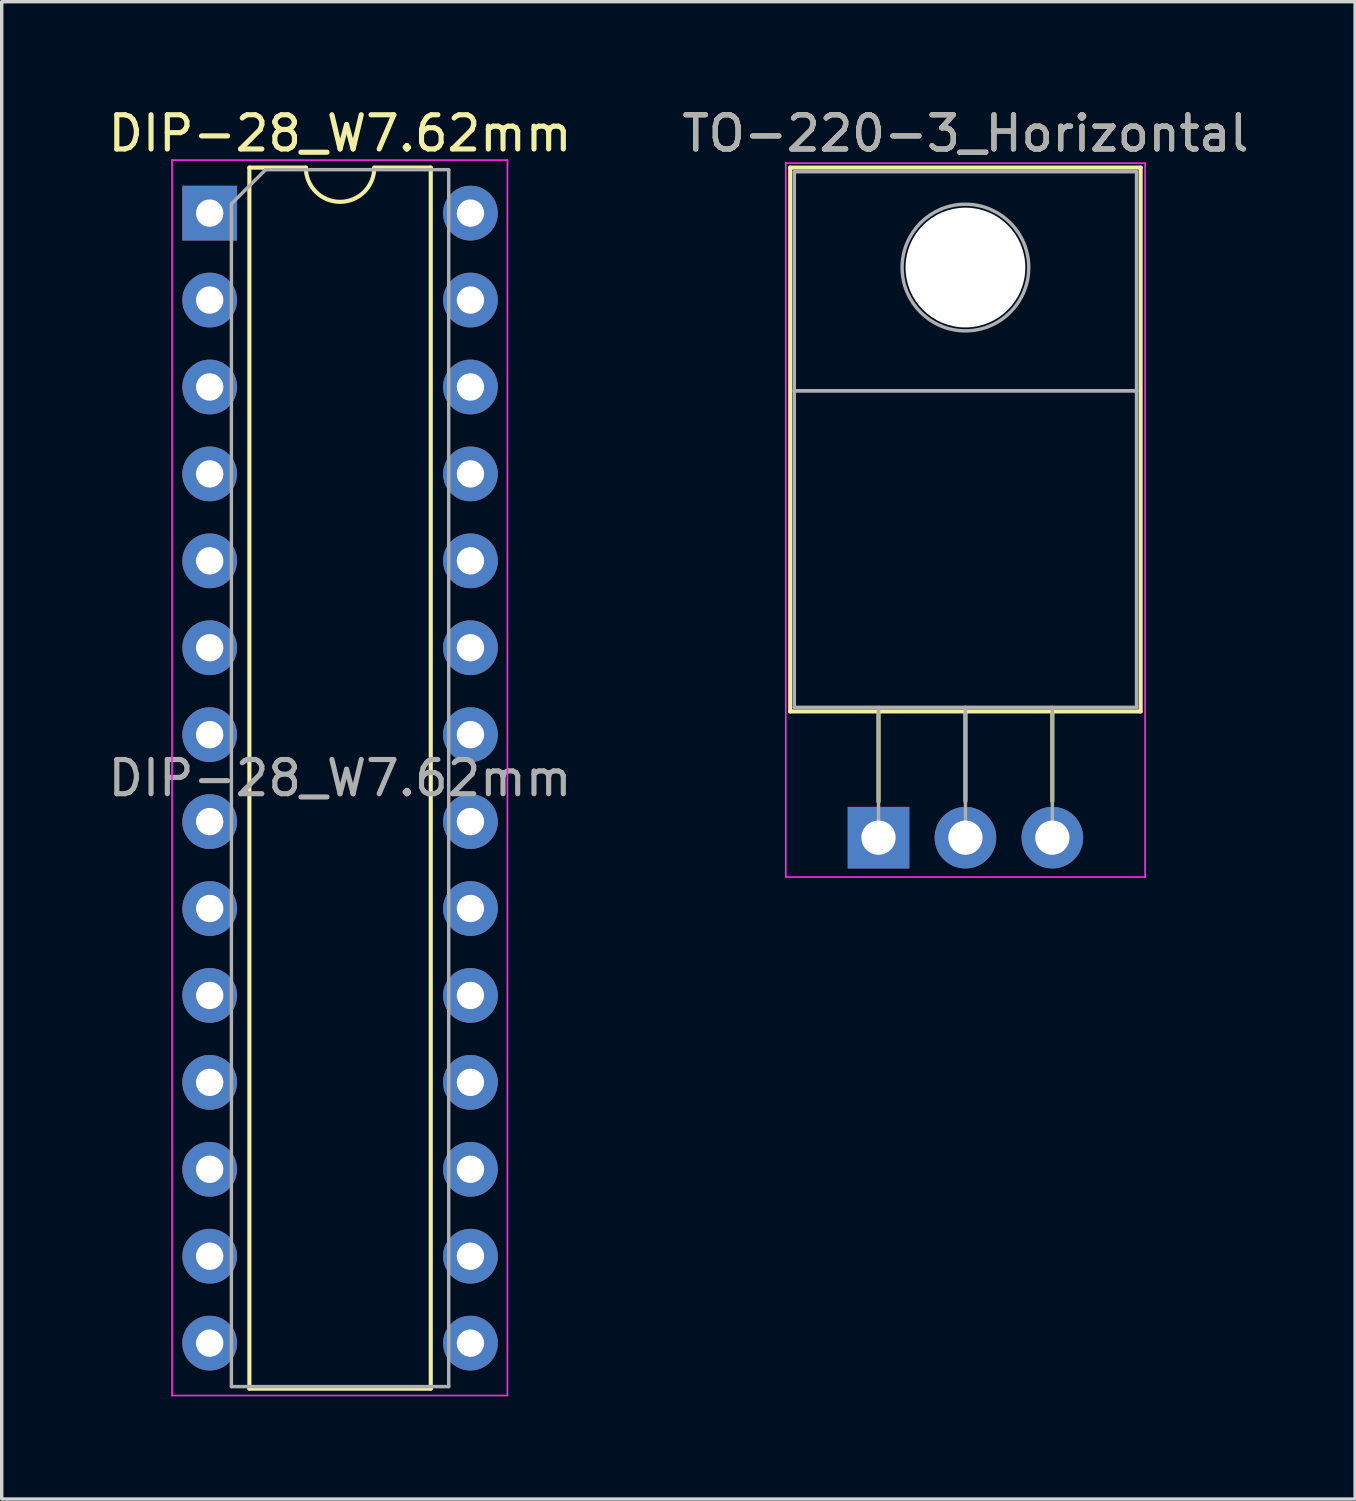
<source format=kicad_pcb>
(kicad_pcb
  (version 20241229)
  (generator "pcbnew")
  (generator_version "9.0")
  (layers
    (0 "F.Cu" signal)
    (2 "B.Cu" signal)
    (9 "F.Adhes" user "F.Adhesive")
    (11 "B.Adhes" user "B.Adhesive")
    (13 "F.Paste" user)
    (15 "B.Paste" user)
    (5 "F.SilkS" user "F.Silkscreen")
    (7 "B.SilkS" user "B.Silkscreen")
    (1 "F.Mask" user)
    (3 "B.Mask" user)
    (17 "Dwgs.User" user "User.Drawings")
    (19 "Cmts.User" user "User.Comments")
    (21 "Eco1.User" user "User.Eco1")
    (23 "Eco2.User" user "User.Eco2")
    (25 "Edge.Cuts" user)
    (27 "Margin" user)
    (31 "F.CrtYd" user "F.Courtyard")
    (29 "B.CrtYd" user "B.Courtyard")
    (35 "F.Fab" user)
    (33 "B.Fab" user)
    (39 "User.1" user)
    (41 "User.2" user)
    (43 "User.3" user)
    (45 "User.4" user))
  (footprint "DIP-28_W7.62mm"
    (layer "F.Cu")
    (at 3.077 3.178)
    (property "Reference" "DIP-28_W7.62mm" (at 3.81 -2.33 0) (layer "F.SilkS") (effects (font (size 1 1) (thickness 0.15))))
    (attr through_hole)
    (fp_line (start 1.16 -1.33) (end 1.16 34.35) (stroke (width 0.12) (type solid)) (layer "F.SilkS"))
    (fp_line (start 1.16 34.35) (end 6.46 34.35) (stroke (width 0.12) (type solid)) (layer "F.SilkS"))
    (fp_line (start 2.81 -1.33) (end 1.16 -1.33) (stroke (width 0.12) (type solid)) (layer "F.SilkS"))
    (fp_line (start 6.46 -1.33) (end 4.81 -1.33) (stroke (width 0.12) (type solid)) (layer "F.SilkS"))
    (fp_line (start 6.46 34.35) (end 6.46 -1.33) (stroke (width 0.12) (type solid)) (layer "F.SilkS"))
    (fp_arc (start 4.81 -1.33) (mid 3.81 -0.33) (end 2.81 -1.33) (stroke (width 0.12) (type solid)) (layer "F.SilkS"))
    (fp_line (start -1.1 -1.55) (end -1.1 34.55) (stroke (width 0.05) (type solid)) (layer "F.CrtYd"))
    (fp_line (start -1.1 34.55) (end 8.7 34.55) (stroke (width 0.05) (type solid)) (layer "F.CrtYd"))
    (fp_line (start 8.7 -1.55) (end -1.1 -1.55) (stroke (width 0.05) (type solid)) (layer "F.CrtYd"))
    (fp_line (start 8.7 34.55) (end 8.7 -1.55) (stroke (width 0.05) (type solid)) (layer "F.CrtYd"))
    (fp_line (start 0.635 -0.27) (end 1.635 -1.27) (stroke (width 0.1) (type solid)) (layer "F.Fab"))
    (fp_line (start 0.635 34.29) (end 0.635 -0.27) (stroke (width 0.1) (type solid)) (layer "F.Fab"))
    (fp_line (start 1.635 -1.27) (end 6.985 -1.27) (stroke (width 0.1) (type solid)) (layer "F.Fab"))
    (fp_line (start 6.985 -1.27) (end 6.985 34.29) (stroke (width 0.1) (type solid)) (layer "F.Fab"))
    (fp_line (start 6.985 34.29) (end 0.635 34.29) (stroke (width 0.1) (type solid)) (layer "F.Fab"))
    (fp_text user "${REFERENCE}" (at 3.81 16.51 0) (layer "F.Fab") (effects (font (size 1 1) (thickness 0.15))))
    (pad "1" thru_hole rect (at 0 0) (size 1.6 1.6) (drill 0.8) (layers "*.Cu" "*.Mask"))
    (pad "2" thru_hole oval (at 0 2.54) (size 1.6 1.6) (drill 0.8) (layers "*.Cu" "*.Mask"))
    (pad "3" thru_hole oval (at 0 5.08) (size 1.6 1.6) (drill 0.8) (layers "*.Cu" "*.Mask"))
    (pad "4" thru_hole oval (at 0 7.62) (size 1.6 1.6) (drill 0.8) (layers "*.Cu" "*.Mask"))
    (pad "5" thru_hole oval (at 0 10.16) (size 1.6 1.6) (drill 0.8) (layers "*.Cu" "*.Mask"))
    (pad "6" thru_hole oval (at 0 12.7) (size 1.6 1.6) (drill 0.8) (layers "*.Cu" "*.Mask"))
    (pad "7" thru_hole oval (at 0 15.24) (size 1.6 1.6) (drill 0.8) (layers "*.Cu" "*.Mask"))
    (pad "8" thru_hole oval (at 0 17.78) (size 1.6 1.6) (drill 0.8) (layers "*.Cu" "*.Mask"))
    (pad "9" thru_hole oval (at 0 20.32) (size 1.6 1.6) (drill 0.8) (layers "*.Cu" "*.Mask"))
    (pad "10" thru_hole oval (at 0 22.86) (size 1.6 1.6) (drill 0.8) (layers "*.Cu" "*.Mask"))
    (pad "11" thru_hole oval (at 0 25.4) (size 1.6 1.6) (drill 0.8) (layers "*.Cu" "*.Mask"))
    (pad "12" thru_hole oval (at 0 27.94) (size 1.6 1.6) (drill 0.8) (layers "*.Cu" "*.Mask"))
    (pad "13" thru_hole oval (at 0 30.48) (size 1.6 1.6) (drill 0.8) (layers "*.Cu" "*.Mask"))
    (pad "14" thru_hole oval (at 0 33.02) (size 1.6 1.6) (drill 0.8) (layers "*.Cu" "*.Mask"))
    (pad "15" thru_hole oval (at 7.62 33.02) (size 1.6 1.6) (drill 0.8) (layers "*.Cu" "*.Mask"))
    (pad "16" thru_hole oval (at 7.62 30.48) (size 1.6 1.6) (drill 0.8) (layers "*.Cu" "*.Mask"))
    (pad "17" thru_hole oval (at 7.62 27.94) (size 1.6 1.6) (drill 0.8) (layers "*.Cu" "*.Mask"))
    (pad "18" thru_hole oval (at 7.62 25.4) (size 1.6 1.6) (drill 0.8) (layers "*.Cu" "*.Mask"))
    (pad "19" thru_hole oval (at 7.62 22.86) (size 1.6 1.6) (drill 0.8) (layers "*.Cu" "*.Mask"))
    (pad "20" thru_hole oval (at 7.62 20.32) (size 1.6 1.6) (drill 0.8) (layers "*.Cu" "*.Mask"))
    (pad "21" thru_hole oval (at 7.62 17.78) (size 1.6 1.6) (drill 0.8) (layers "*.Cu" "*.Mask"))
    (pad "22" thru_hole oval (at 7.62 15.24) (size 1.6 1.6) (drill 0.8) (layers "*.Cu" "*.Mask"))
    (pad "23" thru_hole oval (at 7.62 12.7) (size 1.6 1.6) (drill 0.8) (layers "*.Cu" "*.Mask"))
    (pad "24" thru_hole oval (at 7.62 10.16) (size 1.6 1.6) (drill 0.8) (layers "*.Cu" "*.Mask"))
    (pad "25" thru_hole oval (at 7.62 7.62) (size 1.6 1.6) (drill 0.8) (layers "*.Cu" "*.Mask"))
    (pad "26" thru_hole oval (at 7.62 5.08) (size 1.6 1.6) (drill 0.8) (layers "*.Cu" "*.Mask"))
    (pad "27" thru_hole oval (at 7.62 2.54) (size 1.6 1.6) (drill 0.8) (layers "*.Cu" "*.Mask"))
    (pad "28" thru_hole oval (at 7.62 0) (size 1.6 1.6) (drill 0.8) (layers "*.Cu" "*.Mask")))
  (footprint "TO-220-3_Horizontal"
    (layer "F.Cu")
    (at 22.621 21.428)
    (property "Reference" "TO-220-3_Horizontal" (at 2.54 -20.58 0) (layer "F.SilkS") (effects (font (size 1 1) (thickness 0.15))))
    (attr through_hole)
    (fp_line (start -2.58 -19.58) (end -2.58 -3.69) (stroke (width 0.12) (type solid)) (layer "F.SilkS"))
    (fp_line (start -2.58 -19.58) (end 7.66 -19.58) (stroke (width 0.12) (type solid)) (layer "F.SilkS"))
    (fp_line (start -2.58 -3.69) (end 7.66 -3.69) (stroke (width 0.12) (type solid)) (layer "F.SilkS"))
    (fp_line (start 0 -3.69) (end 0 -1.05) (stroke (width 0.12) (type solid)) (layer "F.SilkS"))
    (fp_line (start 2.54 -3.69) (end 2.54 -1.066) (stroke (width 0.12) (type solid)) (layer "F.SilkS"))
    (fp_line (start 5.08 -3.69) (end 5.08 -1.066) (stroke (width 0.12) (type solid)) (layer "F.SilkS"))
    (fp_line (start 7.66 -19.58) (end 7.66 -3.69) (stroke (width 0.12) (type solid)) (layer "F.SilkS"))
    (fp_line (start -2.71 -19.71) (end -2.71 1.15) (stroke (width 0.05) (type solid)) (layer "F.CrtYd"))
    (fp_line (start -2.71 1.15) (end 7.79 1.15) (stroke (width 0.05) (type solid)) (layer "F.CrtYd"))
    (fp_line (start 7.79 -19.71) (end -2.71 -19.71) (stroke (width 0.05) (type solid)) (layer "F.CrtYd"))
    (fp_line (start 7.79 1.15) (end 7.79 -19.71) (stroke (width 0.05) (type solid)) (layer "F.CrtYd"))
    (fp_line (start -2.46 -19.46) (end 7.54 -19.46) (stroke (width 0.1) (type solid)) (layer "F.Fab"))
    (fp_line (start -2.46 -13.06) (end -2.46 -19.46) (stroke (width 0.1) (type solid)) (layer "F.Fab"))
    (fp_line (start -2.46 -13.06) (end 7.54 -13.06) (stroke (width 0.1) (type solid)) (layer "F.Fab"))
    (fp_line (start -2.46 -3.81) (end -2.46 -13.06) (stroke (width 0.1) (type solid)) (layer "F.Fab"))
    (fp_line (start 0 -3.81) (end 0 0) (stroke (width 0.1) (type solid)) (layer "F.Fab"))
    (fp_line (start 2.54 -3.81) (end 2.54 0) (stroke (width 0.1) (type solid)) (layer "F.Fab"))
    (fp_line (start 5.08 -3.81) (end 5.08 0) (stroke (width 0.1) (type solid)) (layer "F.Fab"))
    (fp_line (start 7.54 -19.46) (end 7.54 -13.06) (stroke (width 0.1) (type solid)) (layer "F.Fab"))
    (fp_line (start 7.54 -13.06) (end -2.46 -13.06) (stroke (width 0.1) (type solid)) (layer "F.Fab"))
    (fp_line (start 7.54 -13.06) (end 7.54 -3.81) (stroke (width 0.1) (type solid)) (layer "F.Fab"))
    (fp_line (start 7.54 -3.81) (end -2.46 -3.81) (stroke (width 0.1) (type solid)) (layer "F.Fab"))
    (fp_circle (center 2.54 -16.66) (end 4.39 -16.66) (stroke (width 0.1) (type solid)) (fill no) (layer "F.Fab"))
    (fp_text user "${REFERENCE}" (at 2.54 -20.58 0) (layer "F.Fab") (effects (font (size 1 1) (thickness 0.15))))
    (pad "" np_thru_hole oval (at 2.54 -16.66) (size 3.5 3.5) (drill 3.5) (layers "*.Cu" "*.Mask"))
    (pad "1" thru_hole rect (at 0 0) (size 1.8 1.8) (drill 1) (layers "*.Cu" "*.Mask"))
    (pad "2" thru_hole oval (at 2.54 0) (size 1.8 1.8) (drill 1) (layers "*.Cu" "*.Mask"))
    (pad "3" thru_hole oval (at 5.08 0) (size 1.8 1.8) (drill 1) (layers "*.Cu" "*.Mask")))
  (gr_rect
    (start -3 -3)
    (end 36.548 40.753)
    (stroke (width 0.1) (type default))
    (fill no)
    (layer "Edge.Cuts")))
</source>
